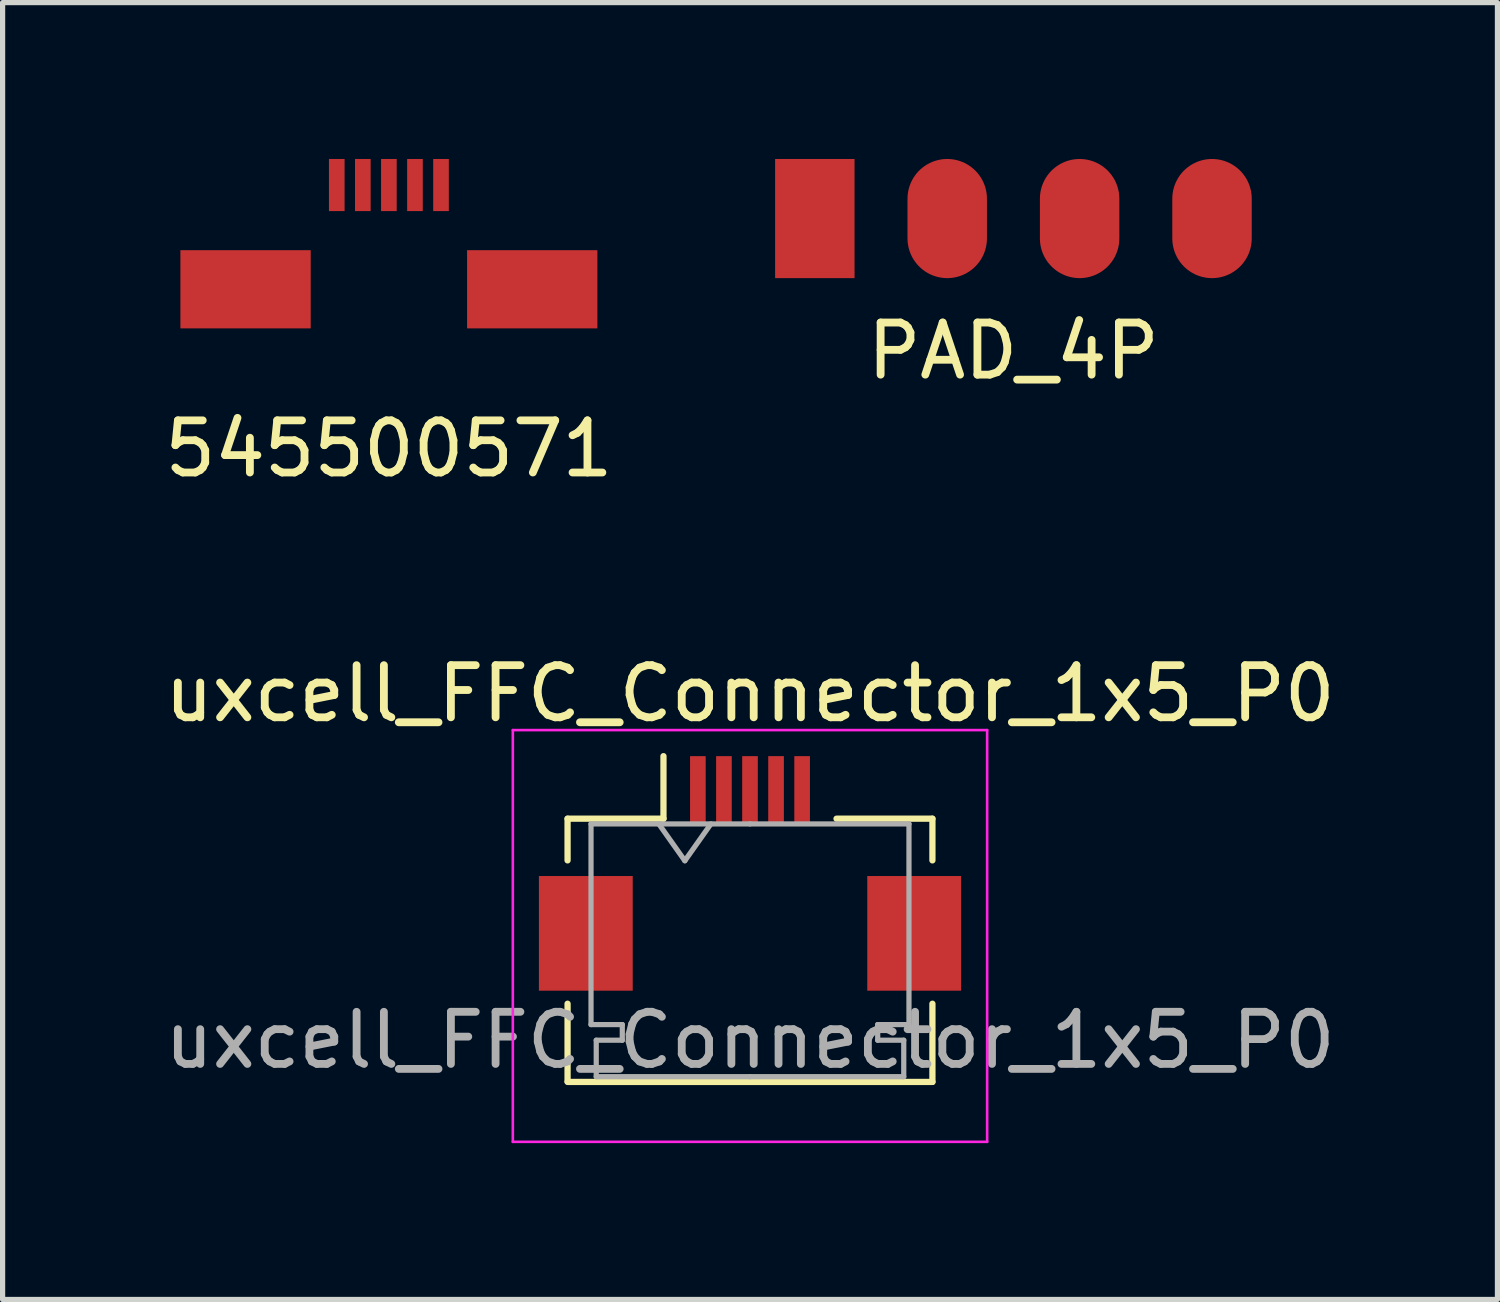
<source format=kicad_pcb>
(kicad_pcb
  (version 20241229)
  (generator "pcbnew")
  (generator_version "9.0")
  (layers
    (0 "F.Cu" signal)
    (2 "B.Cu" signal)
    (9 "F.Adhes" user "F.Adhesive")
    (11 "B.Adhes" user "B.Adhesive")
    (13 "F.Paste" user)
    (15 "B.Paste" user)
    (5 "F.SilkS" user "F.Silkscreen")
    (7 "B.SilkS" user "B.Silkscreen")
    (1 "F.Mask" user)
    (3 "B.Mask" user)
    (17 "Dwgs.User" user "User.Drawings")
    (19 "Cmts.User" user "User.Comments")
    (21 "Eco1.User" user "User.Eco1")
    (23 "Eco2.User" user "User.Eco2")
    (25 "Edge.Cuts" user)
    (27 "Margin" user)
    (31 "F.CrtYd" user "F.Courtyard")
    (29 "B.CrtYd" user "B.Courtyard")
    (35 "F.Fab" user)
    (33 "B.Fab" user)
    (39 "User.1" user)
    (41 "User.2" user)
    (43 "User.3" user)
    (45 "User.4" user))
  (footprint "545500571"
    (layer "F.Cu")
    (at 4.411 1.75)
    (property "Reference" "545500571" (at 0 3.81 0) (layer "F.SilkS") (effects (font (size 1 1) (thickness 0.15))))
    (attr through_hole)
    (pad "1" smd rect (at -1 -1.25) (size 0.3 1) (layers "F.Cu" "F.Mask" "F.Paste"))
    (pad "2" smd rect (at -0.5 -1.25) (size 0.3 1) (layers "F.Cu" "F.Mask" "F.Paste"))
    (pad "3" smd rect (at 0 -1.25) (size 0.3 1) (layers "F.Cu" "F.Mask" "F.Paste"))
    (pad "4" smd rect (at 0.5 -1.25) (size 0.3 1) (layers "F.Cu" "F.Mask" "F.Paste"))
    (pad "5" smd rect (at 1 -1.25) (size 0.3 1) (layers "F.Cu" "F.Mask" "F.Paste"))
    (pad "6" smd rect (at -2.75 0.75) (size 2.5 1.5) (layers "F.Cu" "F.Mask" "F.Paste"))
    (pad "7" smd rect (at 2.75 0.75) (size 2.5 1.5) (layers "F.Cu" "F.Mask" "F.Paste")))
  (footprint "uxcell_FFC_Connector_1x5_P0"
    (layer "F.Cu")
    (at 11.339 13.957)
    (property "Reference" "uxcell_FFC_Connector_1x5_P0" (at 0 -3.7 0) (layer "F.SilkS") (effects (font (size 1 1) (thickness 0.15))))
    (attr smd)
    (fp_line (start -3.5 -1.3) (end -3.5 -0.5) (stroke (width 0.12) (type solid)) (layer "F.SilkS"))
    (fp_line (start -3.5 2.25) (end -3.5 3.74) (stroke (width 0.12) (type solid)) (layer "F.SilkS"))
    (fp_line (start -3.5 3.75) (end 3.5 3.75) (stroke (width 0.12) (type solid)) (layer "F.SilkS"))
    (fp_line (start -1.66 -1.3) (end -3.5 -1.3) (stroke (width 0.12) (type solid)) (layer "F.SilkS"))
    (fp_line (start -1.66 -1.3) (end -1.66 -2.5) (stroke (width 0.12) (type solid)) (layer "F.SilkS"))
    (fp_line (start 1.66 -1.3) (end 3.5 -1.3) (stroke (width 0.12) (type solid)) (layer "F.SilkS"))
    (fp_line (start 3.5 -1.3) (end 3.5 -0.5) (stroke (width 0.12) (type solid)) (layer "F.SilkS"))
    (fp_line (start 3.5 3.75) (end 3.5 2.25) (stroke (width 0.12) (type solid)) (layer "F.SilkS"))
    (fp_line (start -4.55 -3) (end -4.55 4.9) (stroke (width 0.05) (type solid)) (layer "F.CrtYd"))
    (fp_line (start -4.55 4.9) (end 4.55 4.9) (stroke (width 0.05) (type solid)) (layer "F.CrtYd"))
    (fp_line (start 4.55 -3) (end -4.55 -3) (stroke (width 0.05) (type solid)) (layer "F.CrtYd"))
    (fp_line (start 4.55 4.9) (end 4.55 -3) (stroke (width 0.05) (type solid)) (layer "F.CrtYd"))
    (fp_line (start -3.05 -1.2) (end -3.05 2.65) (stroke (width 0.1) (type solid)) (layer "F.Fab"))
    (fp_line (start -3.05 2.65) (end -2.45 2.65) (stroke (width 0.1) (type solid)) (layer "F.Fab"))
    (fp_line (start -2.95 2.95) (end -2.95 3.65) (stroke (width 0.1) (type solid)) (layer "F.Fab"))
    (fp_line (start -2.95 3.65) (end 0 3.65) (stroke (width 0.1) (type solid)) (layer "F.Fab"))
    (fp_line (start -2.45 2.65) (end -2.45 2.95) (stroke (width 0.1) (type solid)) (layer "F.Fab"))
    (fp_line (start -2.45 2.95) (end -2.95 2.95) (stroke (width 0.1) (type solid)) (layer "F.Fab"))
    (fp_line (start -1.75 -1.2) (end -1.25 -0.493) (stroke (width 0.1) (type solid)) (layer "F.Fab"))
    (fp_line (start -1.25 -0.493) (end -0.75 -1.2) (stroke (width 0.1) (type solid)) (layer "F.Fab"))
    (fp_line (start 0 -1.2) (end -3.05 -1.2) (stroke (width 0.1) (type solid)) (layer "F.Fab"))
    (fp_line (start 0 -1.2) (end 3.05 -1.2) (stroke (width 0.1) (type solid)) (layer "F.Fab"))
    (fp_line (start 2.45 2.65) (end 2.45 2.95) (stroke (width 0.1) (type solid)) (layer "F.Fab"))
    (fp_line (start 2.45 2.95) (end 2.95 2.95) (stroke (width 0.1) (type solid)) (layer "F.Fab"))
    (fp_line (start 2.95 2.95) (end 2.95 3.65) (stroke (width 0.1) (type solid)) (layer "F.Fab"))
    (fp_line (start 2.95 3.65) (end 0 3.65) (stroke (width 0.1) (type solid)) (layer "F.Fab"))
    (fp_line (start 3.05 -1.2) (end 3.05 2.65) (stroke (width 0.1) (type solid)) (layer "F.Fab"))
    (fp_line (start 3.05 2.65) (end 2.45 2.65) (stroke (width 0.1) (type solid)) (layer "F.Fab"))
    (fp_text user "${REFERENCE}" (at 0 2.95 0) (layer "F.Fab") (effects (font (size 1 1) (thickness 0.15))))
    (pad "1" smd rect (at -1 -1.85) (size 0.3 1.3) (layers "F.Cu" "F.Mask" "F.Paste"))
    (pad "2" smd rect (at -0.5 -1.85) (size 0.3 1.3) (layers "F.Cu" "F.Mask" "F.Paste"))
    (pad "3" smd rect (at 0 -1.85) (size 0.3 1.3) (layers "F.Cu" "F.Mask" "F.Paste"))
    (pad "4" smd rect (at 0.5 -1.85) (size 0.3 1.3) (layers "F.Cu" "F.Mask" "F.Paste"))
    (pad "5" smd rect (at 1 -1.85) (size 0.3 1.3) (layers "F.Cu" "F.Mask" "F.Paste"))
    (pad "MP" smd rect (at -3.15 0.9) (size 1.8 2.2) (layers "F.Cu" "F.Mask" "F.Paste"))
    (pad "MP" smd rect (at 3.15 0.9) (size 1.8 2.2) (layers "F.Cu" "F.Mask" "F.Paste")))
  (footprint "PAD_4P"
    (layer "F.Cu")
    (at 16.393 1.143)
    (property "Reference" "PAD_4P" (at 0 2.54 0) (layer "F.SilkS") (effects (font (size 1 1) (thickness 0.15))))
    (attr through_hole)
    (pad "1" smd rect (at -3.81 0) (size 1.524 2.286) (layers "F.Cu" "F.Mask" "F.Paste"))
    (pad "2" smd oval (at -1.27 0) (size 1.524 2.286) (layers "F.Cu" "F.Mask" "F.Paste"))
    (pad "3" smd oval (at 1.27 0) (size 1.524 2.286) (layers "F.Cu" "F.Mask" "F.Paste"))
    (pad "4" smd oval (at 3.81 0) (size 1.524 2.286) (layers "F.Cu" "F.Mask" "F.Paste")))
  (gr_rect
    (start -3 -3)
    (end 25.679 21.881)
    (stroke (width 0.1) (type default))
    (fill no)
    (layer "Edge.Cuts")))
</source>
